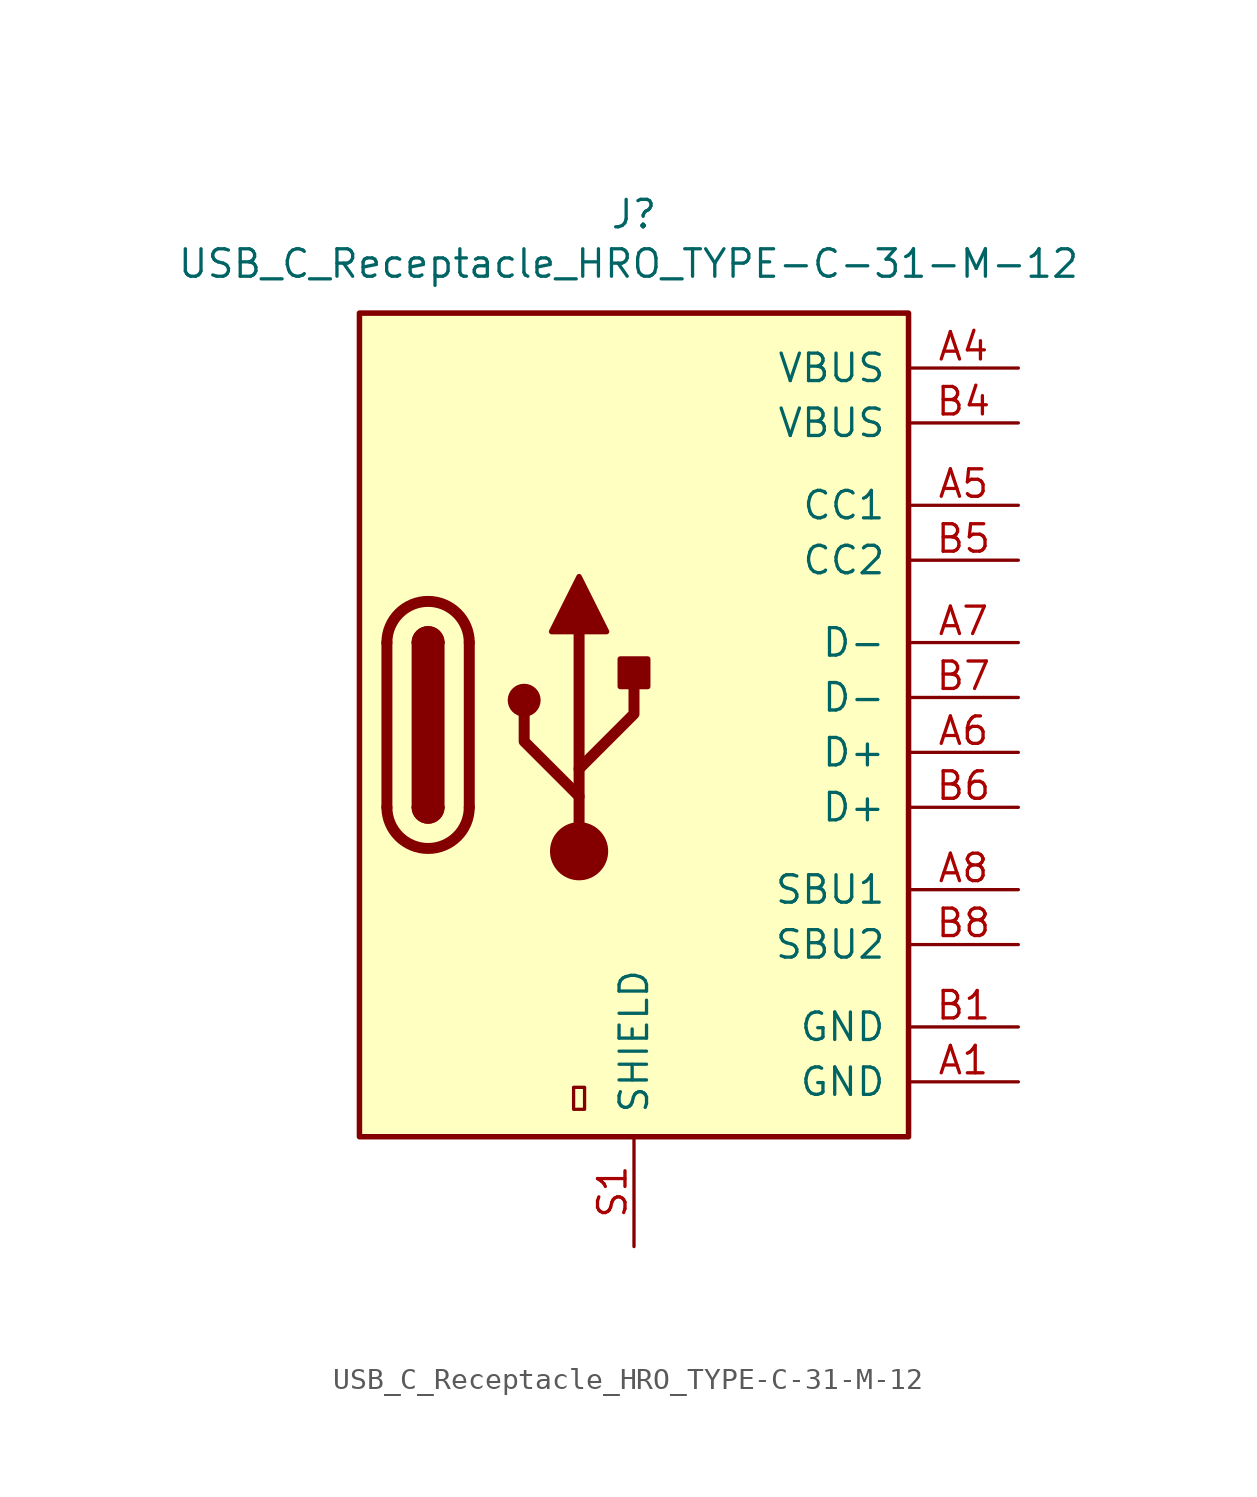
<source format=kicad_sym>
(kicad_symbol_lib
  (version 20231120)
  (generator "kicad_symbol_editor")
  (generator_version "8.0")
  (symbol "USB_C_Receptacle_HRO_TYPE-C-31-M-12"
    (pin_names
      (offset 1.016))
    (property "Reference" "J"
      (at 0 23.622 0)
      (effects (font (size 1.27 1.27))))
    (property "Value" "USB_C_Receptacle_HRO_TYPE-C-31-M-12"
      (at -0.254 21.336 0)
      (effects (font (size 1.27 1.27))))
    (symbol "USB_C_Receptacle_HRO_TYPE-C-31-M-12_0_0"
      (rectangle (start -2.794 -17.78) (end -2.286 -16.764) (stroke (width 0) (type default)) (fill (type none))))
    (symbol "USB_C_Receptacle_HRO_TYPE-C-31-M-12_0_1"
      (rectangle (start -12.7 19.05) (end 12.7 -19.05) (stroke (width 0.254) (type default)) (fill (type background)))
      (arc (start -11.43 -3.81) (mid -9.525 -5.7067) (end -7.62 -3.81) (stroke (width 0.508) (type default)) (fill (type none)))
      (arc (start -10.16 -3.81) (mid -9.525 -4.4423) (end -8.89 -3.81) (stroke (width 0.254) (type default)) (fill (type none)))
      (arc (start -10.16 -3.81) (mid -9.525 -4.4423) (end -8.89 -3.81) (stroke (width 0.254) (type default)) (fill (type outline)))
      (rectangle (start -10.16 -3.81) (end -8.89 3.81) (stroke (width 0.254) (type default)) (fill (type outline)))
      (arc (start -8.89 3.81) (mid -9.525 4.4423) (end -10.16 3.81) (stroke (width 0.254) (type default)) (fill (type none)))
      (arc (start -8.89 3.81) (mid -9.525 4.4423) (end -10.16 3.81) (stroke (width 0.254) (type default)) (fill (type outline)))
      (arc (start -7.62 3.81) (mid -9.525 5.7067) (end -11.43 3.81) (stroke (width 0.508) (type default)) (fill (type none)))
      (circle (center -5.08 1.143) (radius 0.635) (stroke (width 0.254) (type default)) (fill (type outline)))
      (circle (center -2.54 -5.842) (radius 1.27) (stroke (width 0) (type default)) (fill (type outline)))
      (rectangle (start -0.635 1.778) (end 0.635 3.048) (stroke (width 0.254) (type default)) (fill (type outline)))
      (polyline (pts (xy -11.43 -3.81) (xy -11.43 3.81)) (stroke (width 0.508) (type default)) (fill (type none)))
      (polyline (pts (xy -7.62 3.81) (xy -7.62 -3.81)) (stroke (width 0.508) (type default)) (fill (type none)))
      (polyline (pts (xy -2.54 -5.842) (xy -2.54 4.318)) (stroke (width 0.508) (type default)) (fill (type none)))
      (polyline (pts (xy -2.54 -3.302) (xy -5.08 -0.762) (xy -5.08 0.508)) (stroke (width 0.508) (type default)) (fill (type none)))
      (polyline (pts (xy -2.54 -2.032) (xy 0 0.508) (xy 0 1.778)) (stroke (width 0.508) (type default)) (fill (type none)))
      (polyline (pts (xy -3.81 4.318) (xy -2.54 6.858) (xy -1.27 4.318) (xy -3.81 4.318)) (stroke (width 0.254) (type default)) (fill (type outline))))
    (symbol "USB_C_Receptacle_HRO_TYPE-C-31-M-12_1_1"
      (pin passive line (at 17.78 -16.51 180) (length 5.08) (name "GND" (effects (font (size 1.27 1.27)))) (number "A1" (effects (font (size 1.27 1.27)))))
      (pin passive line (at 17.78 -13.97 180) (length 5.08) hide (name "GND" (effects (font (size 1.27 1.27)))) (number "A12" (effects (font (size 1.27 1.27)))))
      (pin passive line (at 17.78 16.51 180) (length 5.08) (name "VBUS" (effects (font (size 1.27 1.27)))) (number "A4" (effects (font (size 1.27 1.27)))))
      (pin bidirectional line (at 17.78 10.16 180) (length 5.08) (name "CC1" (effects (font (size 1.27 1.27)))) (number "A5" (effects (font (size 1.27 1.27)))))
      (pin bidirectional line (at 17.78 -1.27 180) (length 5.08) (name "D+" (effects (font (size 1.27 1.27)))) (number "A6" (effects (font (size 1.27 1.27)))))
      (pin bidirectional line (at 17.78 3.81 180) (length 5.08) (name "D-" (effects (font (size 1.27 1.27)))) (number "A7" (effects (font (size 1.27 1.27)))))
      (pin bidirectional line (at 17.78 -7.62 180) (length 5.08) (name "SBU1" (effects (font (size 1.27 1.27)))) (number "A8" (effects (font (size 1.27 1.27)))))
      (pin passive line (at 17.78 13.97 180) (length 5.08) hide (name "VBUS" (effects (font (size 1.27 1.27)))) (number "A9" (effects (font (size 1.27 1.27)))))
      (pin passive line (at 17.78 -13.97 180) (length 5.08) (name "GND" (effects (font (size 1.27 1.27)))) (number "B1" (effects (font (size 1.27 1.27)))))
      (pin passive line (at 17.78 -16.51 180) (length 5.08) hide (name "GND" (effects (font (size 1.27 1.27)))) (number "B12" (effects (font (size 1.27 1.27)))))
      (pin passive line (at 17.78 13.97 180) (length 5.08) (name "VBUS" (effects (font (size 1.27 1.27)))) (number "B4" (effects (font (size 1.27 1.27)))))
      (pin bidirectional line (at 17.78 7.62 180) (length 5.08) (name "CC2" (effects (font (size 1.27 1.27)))) (number "B5" (effects (font (size 1.27 1.27)))))
      (pin bidirectional line (at 17.78 -3.81 180) (length 5.08) (name "D+" (effects (font (size 1.27 1.27)))) (number "B6" (effects (font (size 1.27 1.27)))))
      (pin bidirectional line (at 17.78 1.27 180) (length 5.08) (name "D-" (effects (font (size 1.27 1.27)))) (number "B7" (effects (font (size 1.27 1.27)))))
      (pin bidirectional line (at 17.78 -10.16 180) (length 5.08) (name "SBU2" (effects (font (size 1.27 1.27)))) (number "B8" (effects (font (size 1.27 1.27)))))
      (pin passive line (at 17.78 16.51 180) (length 5.08) hide (name "VBUS" (effects (font (size 1.27 1.27)))) (number "B9" (effects (font (size 1.27 1.27)))))
      (pin passive line (at 0 -24.13 90) (length 5.08) (name "SHIELD" (effects (font (size 1.27 1.27)))) (number "S1" (effects (font (size 1.27 1.27))))))))
</source>
